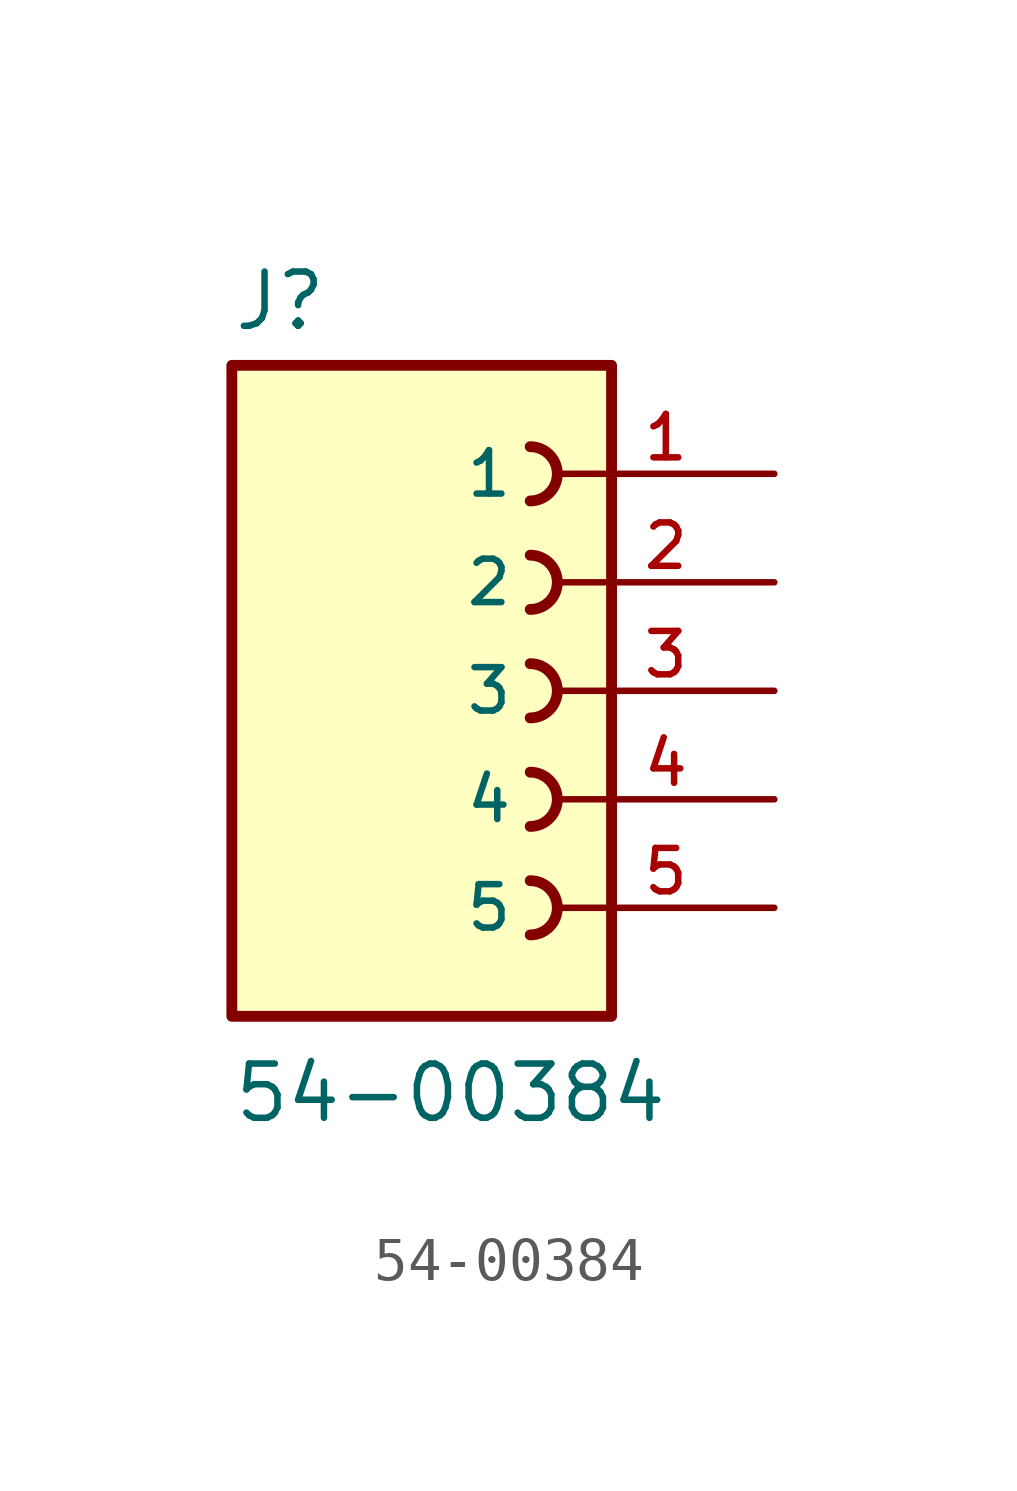
<source format=kicad_sym>
(kicad_symbol_lib
  (version 20211014)
  (generator kicad_symbol_editor)
  (symbol "54-00384"
    (pin_names
      (offset 1.016))
    (property "Reference" "J"
      (at -5.08 8.382 0)
      (effects (font (size 1.27 1.27)) (justify bottom left)))
    (property "Value" "54-00384"
      (at -5.08 -10.16 0)
      (effects (font (size 1.27 1.27)) (justify bottom left)))
    (symbol "54-00384_0_0"
      (arc (start 1.905 4.445) (mid 2.54 5.08) (end 1.905 5.715) (stroke (width 0.254) (type default) (color 0 0 0 0)) (fill (type none)))
      (arc (start 1.905 1.905) (mid 2.54 2.54) (end 1.905 3.175) (stroke (width 0.254) (type default) (color 0 0 0 0)) (fill (type none)))
      (arc (start 1.905 -0.635) (mid 2.54 0.0) (end 1.905 0.635) (stroke (width 0.254) (type default) (color 0 0 0 0)) (fill (type none)))
      (arc (start 1.905 -3.175) (mid 2.54 -2.54) (end 1.905 -1.905) (stroke (width 0.254) (type default) (color 0 0 0 0)) (fill (type none)))
      (arc (start 1.905 -5.715) (mid 2.54 -5.08) (end 1.905 -4.445) (stroke (width 0.254) (type default) (color 0 0 0 0)) (fill (type none)))
      (rectangle (start -5.08 -7.62) (end 3.81 7.62) (stroke (width 0.254)) (fill (type background)))
      (pin passive line (at 7.62 5.08 180.0) (length 5.08) (name "1" (effects (font (size 1.016 1.016)))) (number "1" (effects (font (size 1.016 1.016)))))
      (pin passive line (at 7.62 2.54 180.0) (length 5.08) (name "2" (effects (font (size 1.016 1.016)))) (number "2" (effects (font (size 1.016 1.016)))))
      (pin passive line (at 7.62 0.0 180.0) (length 5.08) (name "3" (effects (font (size 1.016 1.016)))) (number "3" (effects (font (size 1.016 1.016)))))
      (pin passive line (at 7.62 -2.54 180.0) (length 5.08) (name "4" (effects (font (size 1.016 1.016)))) (number "4" (effects (font (size 1.016 1.016)))))
      (pin passive line (at 7.62 -5.08 180.0) (length 5.08) (name "5" (effects (font (size 1.016 1.016)))) (number "5" (effects (font (size 1.016 1.016))))))))
</source>
